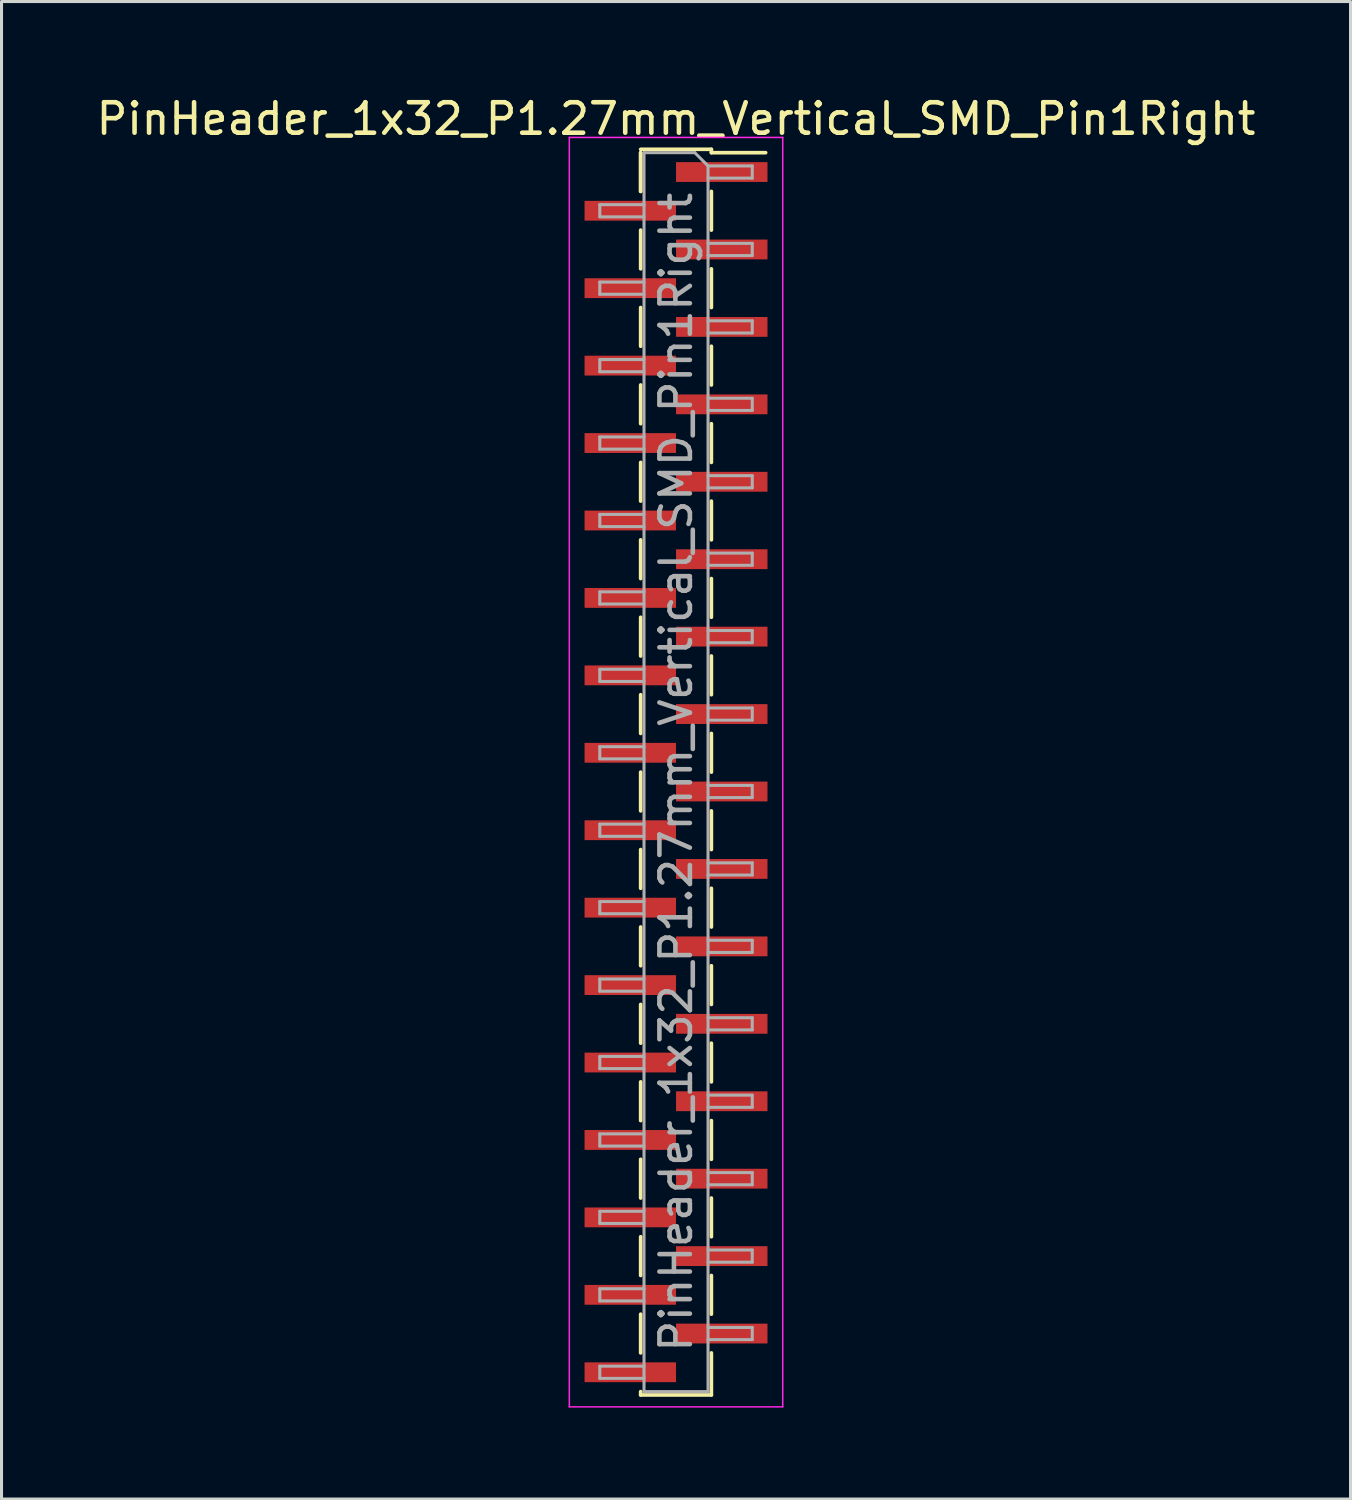
<source format=kicad_pcb>
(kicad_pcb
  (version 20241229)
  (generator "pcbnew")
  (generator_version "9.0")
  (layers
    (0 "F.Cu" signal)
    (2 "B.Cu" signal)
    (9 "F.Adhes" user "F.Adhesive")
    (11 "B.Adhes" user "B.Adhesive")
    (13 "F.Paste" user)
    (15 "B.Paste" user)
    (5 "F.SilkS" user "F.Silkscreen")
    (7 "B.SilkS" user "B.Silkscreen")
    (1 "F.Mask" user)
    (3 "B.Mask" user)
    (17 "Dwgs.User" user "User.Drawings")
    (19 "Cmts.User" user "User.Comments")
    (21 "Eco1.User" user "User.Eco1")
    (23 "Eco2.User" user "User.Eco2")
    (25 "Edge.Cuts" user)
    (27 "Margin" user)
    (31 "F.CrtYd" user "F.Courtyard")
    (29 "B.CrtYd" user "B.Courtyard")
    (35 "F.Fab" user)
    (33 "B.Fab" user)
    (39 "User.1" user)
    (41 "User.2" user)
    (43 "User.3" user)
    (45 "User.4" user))
  (footprint "PinHeader_1x32_P1.27mm_Vertical_SMD_Pin1Right"
    (layer "F.Cu")
    (at 19.125 22.278)
    (property "Reference" "PinHeader_1x32_P1.27mm_Vertical_SMD_Pin1Right" (at 0 -21.43 0) (layer "F.SilkS") (effects (font (size 1 1) (thickness 0.15))))
    (attr smd)
    (fp_line (start -1.16 -20.43) (end 1.16 -20.43) (stroke (width 0.12) (type solid)) (layer "F.SilkS"))
    (fp_line (start -1.16 -20.32) (end -1.16 -19.05) (stroke (width 0.12) (type solid)) (layer "F.SilkS"))
    (fp_line (start -1.16 -20.32) (end -1.16 -19.05) (stroke (width 0.12) (type solid)) (layer "F.SilkS"))
    (fp_line (start -1.16 -17.78) (end -1.16 -16.51) (stroke (width 0.12) (type solid)) (layer "F.SilkS"))
    (fp_line (start -1.16 -15.24) (end -1.16 -13.97) (stroke (width 0.12) (type solid)) (layer "F.SilkS"))
    (fp_line (start -1.16 -12.7) (end -1.16 -11.43) (stroke (width 0.12) (type solid)) (layer "F.SilkS"))
    (fp_line (start -1.16 -10.16) (end -1.16 -8.89) (stroke (width 0.12) (type solid)) (layer "F.SilkS"))
    (fp_line (start -1.16 -7.62) (end -1.16 -6.35) (stroke (width 0.12) (type solid)) (layer "F.SilkS"))
    (fp_line (start -1.16 -5.08) (end -1.16 -3.81) (stroke (width 0.12) (type solid)) (layer "F.SilkS"))
    (fp_line (start -1.16 -2.54) (end -1.16 -1.27) (stroke (width 0.12) (type solid)) (layer "F.SilkS"))
    (fp_line (start -1.16 0) (end -1.16 1.27) (stroke (width 0.12) (type solid)) (layer "F.SilkS"))
    (fp_line (start -1.16 2.54) (end -1.16 3.81) (stroke (width 0.12) (type solid)) (layer "F.SilkS"))
    (fp_line (start -1.16 5.08) (end -1.16 6.35) (stroke (width 0.12) (type solid)) (layer "F.SilkS"))
    (fp_line (start -1.16 7.62) (end -1.16 8.89) (stroke (width 0.12) (type solid)) (layer "F.SilkS"))
    (fp_line (start -1.16 10.16) (end -1.16 11.43) (stroke (width 0.12) (type solid)) (layer "F.SilkS"))
    (fp_line (start -1.16 12.7) (end -1.16 13.97) (stroke (width 0.12) (type solid)) (layer "F.SilkS"))
    (fp_line (start -1.16 15.24) (end -1.16 16.51) (stroke (width 0.12) (type solid)) (layer "F.SilkS"))
    (fp_line (start -1.16 17.78) (end -1.16 19.05) (stroke (width 0.12) (type solid)) (layer "F.SilkS"))
    (fp_line (start -1.16 20.32) (end -1.16 20.43) (stroke (width 0.12) (type solid)) (layer "F.SilkS"))
    (fp_line (start -1.16 20.43) (end 1.16 20.43) (stroke (width 0.12) (type solid)) (layer "F.SilkS"))
    (fp_line (start 1.16 -20.43) (end 1.16 -20.32) (stroke (width 0.12) (type solid)) (layer "F.SilkS"))
    (fp_line (start 1.16 -20.32) (end 2.94 -20.32) (stroke (width 0.12) (type solid)) (layer "F.SilkS"))
    (fp_line (start 1.16 -19.05) (end 1.16 -17.78) (stroke (width 0.12) (type solid)) (layer "F.SilkS"))
    (fp_line (start 1.16 -16.51) (end 1.16 -15.24) (stroke (width 0.12) (type solid)) (layer "F.SilkS"))
    (fp_line (start 1.16 -13.97) (end 1.16 -12.7) (stroke (width 0.12) (type solid)) (layer "F.SilkS"))
    (fp_line (start 1.16 -11.43) (end 1.16 -10.16) (stroke (width 0.12) (type solid)) (layer "F.SilkS"))
    (fp_line (start 1.16 -8.89) (end 1.16 -7.62) (stroke (width 0.12) (type solid)) (layer "F.SilkS"))
    (fp_line (start 1.16 -6.35) (end 1.16 -5.08) (stroke (width 0.12) (type solid)) (layer "F.SilkS"))
    (fp_line (start 1.16 -3.81) (end 1.16 -2.54) (stroke (width 0.12) (type solid)) (layer "F.SilkS"))
    (fp_line (start 1.16 -1.27) (end 1.16 0) (stroke (width 0.12) (type solid)) (layer "F.SilkS"))
    (fp_line (start 1.16 1.27) (end 1.16 2.54) (stroke (width 0.12) (type solid)) (layer "F.SilkS"))
    (fp_line (start 1.16 3.81) (end 1.16 5.08) (stroke (width 0.12) (type solid)) (layer "F.SilkS"))
    (fp_line (start 1.16 6.35) (end 1.16 7.62) (stroke (width 0.12) (type solid)) (layer "F.SilkS"))
    (fp_line (start 1.16 8.89) (end 1.16 10.16) (stroke (width 0.12) (type solid)) (layer "F.SilkS"))
    (fp_line (start 1.16 11.43) (end 1.16 12.7) (stroke (width 0.12) (type solid)) (layer "F.SilkS"))
    (fp_line (start 1.16 13.97) (end 1.16 15.24) (stroke (width 0.12) (type solid)) (layer "F.SilkS"))
    (fp_line (start 1.16 16.51) (end 1.16 17.78) (stroke (width 0.12) (type solid)) (layer "F.SilkS"))
    (fp_line (start 1.16 19.05) (end 1.16 20.43) (stroke (width 0.12) (type solid)) (layer "F.SilkS"))
    (fp_line (start -3.5 -20.82) (end -3.5 20.82) (stroke (width 0.05) (type solid)) (layer "F.CrtYd"))
    (fp_line (start -3.5 20.82) (end 3.5 20.82) (stroke (width 0.05) (type solid)) (layer "F.CrtYd"))
    (fp_line (start 3.5 -20.82) (end -3.5 -20.82) (stroke (width 0.05) (type solid)) (layer "F.CrtYd"))
    (fp_line (start 3.5 20.82) (end 3.5 -20.82) (stroke (width 0.05) (type solid)) (layer "F.CrtYd"))
    (fp_line (start -2.5 -18.615) (end -2.5 -18.215) (stroke (width 0.1) (type solid)) (layer "F.Fab"))
    (fp_line (start -2.5 -18.215) (end -1.05 -18.215) (stroke (width 0.1) (type solid)) (layer "F.Fab"))
    (fp_line (start -2.5 -16.075) (end -2.5 -15.675) (stroke (width 0.1) (type solid)) (layer "F.Fab"))
    (fp_line (start -2.5 -15.675) (end -1.05 -15.675) (stroke (width 0.1) (type solid)) (layer "F.Fab"))
    (fp_line (start -2.5 -13.535) (end -2.5 -13.135) (stroke (width 0.1) (type solid)) (layer "F.Fab"))
    (fp_line (start -2.5 -13.135) (end -1.05 -13.135) (stroke (width 0.1) (type solid)) (layer "F.Fab"))
    (fp_line (start -2.5 -10.995) (end -2.5 -10.595) (stroke (width 0.1) (type solid)) (layer "F.Fab"))
    (fp_line (start -2.5 -10.595) (end -1.05 -10.595) (stroke (width 0.1) (type solid)) (layer "F.Fab"))
    (fp_line (start -2.5 -8.455) (end -2.5 -8.055) (stroke (width 0.1) (type solid)) (layer "F.Fab"))
    (fp_line (start -2.5 -8.055) (end -1.05 -8.055) (stroke (width 0.1) (type solid)) (layer "F.Fab"))
    (fp_line (start -2.5 -5.915) (end -2.5 -5.515) (stroke (width 0.1) (type solid)) (layer "F.Fab"))
    (fp_line (start -2.5 -5.515) (end -1.05 -5.515) (stroke (width 0.1) (type solid)) (layer "F.Fab"))
    (fp_line (start -2.5 -3.375) (end -2.5 -2.975) (stroke (width 0.1) (type solid)) (layer "F.Fab"))
    (fp_line (start -2.5 -2.975) (end -1.05 -2.975) (stroke (width 0.1) (type solid)) (layer "F.Fab"))
    (fp_line (start -2.5 -0.835) (end -2.5 -0.435) (stroke (width 0.1) (type solid)) (layer "F.Fab"))
    (fp_line (start -2.5 -0.435) (end -1.05 -0.435) (stroke (width 0.1) (type solid)) (layer "F.Fab"))
    (fp_line (start -2.5 1.705) (end -2.5 2.105) (stroke (width 0.1) (type solid)) (layer "F.Fab"))
    (fp_line (start -2.5 2.105) (end -1.05 2.105) (stroke (width 0.1) (type solid)) (layer "F.Fab"))
    (fp_line (start -2.5 4.245) (end -2.5 4.645) (stroke (width 0.1) (type solid)) (layer "F.Fab"))
    (fp_line (start -2.5 4.645) (end -1.05 4.645) (stroke (width 0.1) (type solid)) (layer "F.Fab"))
    (fp_line (start -2.5 6.785) (end -2.5 7.185) (stroke (width 0.1) (type solid)) (layer "F.Fab"))
    (fp_line (start -2.5 7.185) (end -1.05 7.185) (stroke (width 0.1) (type solid)) (layer "F.Fab"))
    (fp_line (start -2.5 9.325) (end -2.5 9.725) (stroke (width 0.1) (type solid)) (layer "F.Fab"))
    (fp_line (start -2.5 9.725) (end -1.05 9.725) (stroke (width 0.1) (type solid)) (layer "F.Fab"))
    (fp_line (start -2.5 11.865) (end -2.5 12.265) (stroke (width 0.1) (type solid)) (layer "F.Fab"))
    (fp_line (start -2.5 12.265) (end -1.05 12.265) (stroke (width 0.1) (type solid)) (layer "F.Fab"))
    (fp_line (start -2.5 14.405) (end -2.5 14.805) (stroke (width 0.1) (type solid)) (layer "F.Fab"))
    (fp_line (start -2.5 14.805) (end -1.05 14.805) (stroke (width 0.1) (type solid)) (layer "F.Fab"))
    (fp_line (start -2.5 16.945) (end -2.5 17.345) (stroke (width 0.1) (type solid)) (layer "F.Fab"))
    (fp_line (start -2.5 17.345) (end -1.05 17.345) (stroke (width 0.1) (type solid)) (layer "F.Fab"))
    (fp_line (start -2.5 19.485) (end -2.5 19.885) (stroke (width 0.1) (type solid)) (layer "F.Fab"))
    (fp_line (start -2.5 19.885) (end -1.05 19.885) (stroke (width 0.1) (type solid)) (layer "F.Fab"))
    (fp_line (start -1.05 -20.32) (end -1.05 20.32) (stroke (width 0.1) (type solid)) (layer "F.Fab"))
    (fp_line (start -1.05 -20.32) (end 0.615 -20.32) (stroke (width 0.1) (type solid)) (layer "F.Fab"))
    (fp_line (start -1.05 -18.615) (end -2.5 -18.615) (stroke (width 0.1) (type solid)) (layer "F.Fab"))
    (fp_line (start -1.05 -16.075) (end -2.5 -16.075) (stroke (width 0.1) (type solid)) (layer "F.Fab"))
    (fp_line (start -1.05 -13.535) (end -2.5 -13.535) (stroke (width 0.1) (type solid)) (layer "F.Fab"))
    (fp_line (start -1.05 -10.995) (end -2.5 -10.995) (stroke (width 0.1) (type solid)) (layer "F.Fab"))
    (fp_line (start -1.05 -8.455) (end -2.5 -8.455) (stroke (width 0.1) (type solid)) (layer "F.Fab"))
    (fp_line (start -1.05 -5.915) (end -2.5 -5.915) (stroke (width 0.1) (type solid)) (layer "F.Fab"))
    (fp_line (start -1.05 -3.375) (end -2.5 -3.375) (stroke (width 0.1) (type solid)) (layer "F.Fab"))
    (fp_line (start -1.05 -0.835) (end -2.5 -0.835) (stroke (width 0.1) (type solid)) (layer "F.Fab"))
    (fp_line (start -1.05 1.705) (end -2.5 1.705) (stroke (width 0.1) (type solid)) (layer "F.Fab"))
    (fp_line (start -1.05 4.245) (end -2.5 4.245) (stroke (width 0.1) (type solid)) (layer "F.Fab"))
    (fp_line (start -1.05 6.785) (end -2.5 6.785) (stroke (width 0.1) (type solid)) (layer "F.Fab"))
    (fp_line (start -1.05 9.325) (end -2.5 9.325) (stroke (width 0.1) (type solid)) (layer "F.Fab"))
    (fp_line (start -1.05 11.865) (end -2.5 11.865) (stroke (width 0.1) (type solid)) (layer "F.Fab"))
    (fp_line (start -1.05 14.405) (end -2.5 14.405) (stroke (width 0.1) (type solid)) (layer "F.Fab"))
    (fp_line (start -1.05 16.945) (end -2.5 16.945) (stroke (width 0.1) (type solid)) (layer "F.Fab"))
    (fp_line (start -1.05 19.485) (end -2.5 19.485) (stroke (width 0.1) (type solid)) (layer "F.Fab"))
    (fp_line (start 1.05 -19.885) (end 0.615 -20.32) (stroke (width 0.1) (type solid)) (layer "F.Fab"))
    (fp_line (start 1.05 -19.885) (end 2.5 -19.885) (stroke (width 0.1) (type solid)) (layer "F.Fab"))
    (fp_line (start 1.05 -17.345) (end 2.5 -17.345) (stroke (width 0.1) (type solid)) (layer "F.Fab"))
    (fp_line (start 1.05 -14.805) (end 2.5 -14.805) (stroke (width 0.1) (type solid)) (layer "F.Fab"))
    (fp_line (start 1.05 -12.265) (end 2.5 -12.265) (stroke (width 0.1) (type solid)) (layer "F.Fab"))
    (fp_line (start 1.05 -9.725) (end 2.5 -9.725) (stroke (width 0.1) (type solid)) (layer "F.Fab"))
    (fp_line (start 1.05 -7.185) (end 2.5 -7.185) (stroke (width 0.1) (type solid)) (layer "F.Fab"))
    (fp_line (start 1.05 -4.645) (end 2.5 -4.645) (stroke (width 0.1) (type solid)) (layer "F.Fab"))
    (fp_line (start 1.05 -2.105) (end 2.5 -2.105) (stroke (width 0.1) (type solid)) (layer "F.Fab"))
    (fp_line (start 1.05 0.435) (end 2.5 0.435) (stroke (width 0.1) (type solid)) (layer "F.Fab"))
    (fp_line (start 1.05 2.975) (end 2.5 2.975) (stroke (width 0.1) (type solid)) (layer "F.Fab"))
    (fp_line (start 1.05 5.515) (end 2.5 5.515) (stroke (width 0.1) (type solid)) (layer "F.Fab"))
    (fp_line (start 1.05 8.055) (end 2.5 8.055) (stroke (width 0.1) (type solid)) (layer "F.Fab"))
    (fp_line (start 1.05 10.595) (end 2.5 10.595) (stroke (width 0.1) (type solid)) (layer "F.Fab"))
    (fp_line (start 1.05 13.135) (end 2.5 13.135) (stroke (width 0.1) (type solid)) (layer "F.Fab"))
    (fp_line (start 1.05 15.675) (end 2.5 15.675) (stroke (width 0.1) (type solid)) (layer "F.Fab"))
    (fp_line (start 1.05 18.215) (end 2.5 18.215) (stroke (width 0.1) (type solid)) (layer "F.Fab"))
    (fp_line (start 1.05 20.32) (end -1.05 20.32) (stroke (width 0.1) (type solid)) (layer "F.Fab"))
    (fp_line (start 1.05 20.32) (end 1.05 -19.885) (stroke (width 0.1) (type solid)) (layer "F.Fab"))
    (fp_line (start 2.5 -19.885) (end 2.5 -19.485) (stroke (width 0.1) (type solid)) (layer "F.Fab"))
    (fp_line (start 2.5 -19.485) (end 1.05 -19.485) (stroke (width 0.1) (type solid)) (layer "F.Fab"))
    (fp_line (start 2.5 -17.345) (end 2.5 -16.945) (stroke (width 0.1) (type solid)) (layer "F.Fab"))
    (fp_line (start 2.5 -16.945) (end 1.05 -16.945) (stroke (width 0.1) (type solid)) (layer "F.Fab"))
    (fp_line (start 2.5 -14.805) (end 2.5 -14.405) (stroke (width 0.1) (type solid)) (layer "F.Fab"))
    (fp_line (start 2.5 -14.405) (end 1.05 -14.405) (stroke (width 0.1) (type solid)) (layer "F.Fab"))
    (fp_line (start 2.5 -12.265) (end 2.5 -11.865) (stroke (width 0.1) (type solid)) (layer "F.Fab"))
    (fp_line (start 2.5 -11.865) (end 1.05 -11.865) (stroke (width 0.1) (type solid)) (layer "F.Fab"))
    (fp_line (start 2.5 -9.725) (end 2.5 -9.325) (stroke (width 0.1) (type solid)) (layer "F.Fab"))
    (fp_line (start 2.5 -9.325) (end 1.05 -9.325) (stroke (width 0.1) (type solid)) (layer "F.Fab"))
    (fp_line (start 2.5 -7.185) (end 2.5 -6.785) (stroke (width 0.1) (type solid)) (layer "F.Fab"))
    (fp_line (start 2.5 -6.785) (end 1.05 -6.785) (stroke (width 0.1) (type solid)) (layer "F.Fab"))
    (fp_line (start 2.5 -4.645) (end 2.5 -4.245) (stroke (width 0.1) (type solid)) (layer "F.Fab"))
    (fp_line (start 2.5 -4.245) (end 1.05 -4.245) (stroke (width 0.1) (type solid)) (layer "F.Fab"))
    (fp_line (start 2.5 -2.105) (end 2.5 -1.705) (stroke (width 0.1) (type solid)) (layer "F.Fab"))
    (fp_line (start 2.5 -1.705) (end 1.05 -1.705) (stroke (width 0.1) (type solid)) (layer "F.Fab"))
    (fp_line (start 2.5 0.435) (end 2.5 0.835) (stroke (width 0.1) (type solid)) (layer "F.Fab"))
    (fp_line (start 2.5 0.835) (end 1.05 0.835) (stroke (width 0.1) (type solid)) (layer "F.Fab"))
    (fp_line (start 2.5 2.975) (end 2.5 3.375) (stroke (width 0.1) (type solid)) (layer "F.Fab"))
    (fp_line (start 2.5 3.375) (end 1.05 3.375) (stroke (width 0.1) (type solid)) (layer "F.Fab"))
    (fp_line (start 2.5 5.515) (end 2.5 5.915) (stroke (width 0.1) (type solid)) (layer "F.Fab"))
    (fp_line (start 2.5 5.915) (end 1.05 5.915) (stroke (width 0.1) (type solid)) (layer "F.Fab"))
    (fp_line (start 2.5 8.055) (end 2.5 8.455) (stroke (width 0.1) (type solid)) (layer "F.Fab"))
    (fp_line (start 2.5 8.455) (end 1.05 8.455) (stroke (width 0.1) (type solid)) (layer "F.Fab"))
    (fp_line (start 2.5 10.595) (end 2.5 10.995) (stroke (width 0.1) (type solid)) (layer "F.Fab"))
    (fp_line (start 2.5 10.995) (end 1.05 10.995) (stroke (width 0.1) (type solid)) (layer "F.Fab"))
    (fp_line (start 2.5 13.135) (end 2.5 13.535) (stroke (width 0.1) (type solid)) (layer "F.Fab"))
    (fp_line (start 2.5 13.535) (end 1.05 13.535) (stroke (width 0.1) (type solid)) (layer "F.Fab"))
    (fp_line (start 2.5 15.675) (end 2.5 16.075) (stroke (width 0.1) (type solid)) (layer "F.Fab"))
    (fp_line (start 2.5 16.075) (end 1.05 16.075) (stroke (width 0.1) (type solid)) (layer "F.Fab"))
    (fp_line (start 2.5 18.215) (end 2.5 18.615) (stroke (width 0.1) (type solid)) (layer "F.Fab"))
    (fp_line (start 2.5 18.615) (end 1.05 18.615) (stroke (width 0.1) (type solid)) (layer "F.Fab"))
    (fp_text user "${REFERENCE}" (at 0 0 90) (layer "F.Fab") (effects (font (size 1 1) (thickness 0.15))))
    (pad "1" smd rect (at 1.5 -19.685) (size 3 0.65) (layers "F.Cu" "F.Mask" "F.Paste"))
    (pad "2" smd rect (at -1.5 -18.415) (size 3 0.65) (layers "F.Cu" "F.Mask" "F.Paste"))
    (pad "3" smd rect (at 1.5 -17.145) (size 3 0.65) (layers "F.Cu" "F.Mask" "F.Paste"))
    (pad "4" smd rect (at -1.5 -15.875) (size 3 0.65) (layers "F.Cu" "F.Mask" "F.Paste"))
    (pad "5" smd rect (at 1.5 -14.605) (size 3 0.65) (layers "F.Cu" "F.Mask" "F.Paste"))
    (pad "6" smd rect (at -1.5 -13.335) (size 3 0.65) (layers "F.Cu" "F.Mask" "F.Paste"))
    (pad "7" smd rect (at 1.5 -12.065) (size 3 0.65) (layers "F.Cu" "F.Mask" "F.Paste"))
    (pad "8" smd rect (at -1.5 -10.795) (size 3 0.65) (layers "F.Cu" "F.Mask" "F.Paste"))
    (pad "9" smd rect (at 1.5 -9.525) (size 3 0.65) (layers "F.Cu" "F.Mask" "F.Paste"))
    (pad "10" smd rect (at -1.5 -8.255) (size 3 0.65) (layers "F.Cu" "F.Mask" "F.Paste"))
    (pad "11" smd rect (at 1.5 -6.985) (size 3 0.65) (layers "F.Cu" "F.Mask" "F.Paste"))
    (pad "12" smd rect (at -1.5 -5.715) (size 3 0.65) (layers "F.Cu" "F.Mask" "F.Paste"))
    (pad "13" smd rect (at 1.5 -4.445) (size 3 0.65) (layers "F.Cu" "F.Mask" "F.Paste"))
    (pad "14" smd rect (at -1.5 -3.175) (size 3 0.65) (layers "F.Cu" "F.Mask" "F.Paste"))
    (pad "15" smd rect (at 1.5 -1.905) (size 3 0.65) (layers "F.Cu" "F.Mask" "F.Paste"))
    (pad "16" smd rect (at -1.5 -0.635) (size 3 0.65) (layers "F.Cu" "F.Mask" "F.Paste"))
    (pad "17" smd rect (at 1.5 0.635) (size 3 0.65) (layers "F.Cu" "F.Mask" "F.Paste"))
    (pad "18" smd rect (at -1.5 1.905) (size 3 0.65) (layers "F.Cu" "F.Mask" "F.Paste"))
    (pad "19" smd rect (at 1.5 3.175) (size 3 0.65) (layers "F.Cu" "F.Mask" "F.Paste"))
    (pad "20" smd rect (at -1.5 4.445) (size 3 0.65) (layers "F.Cu" "F.Mask" "F.Paste"))
    (pad "21" smd rect (at 1.5 5.715) (size 3 0.65) (layers "F.Cu" "F.Mask" "F.Paste"))
    (pad "22" smd rect (at -1.5 6.985) (size 3 0.65) (layers "F.Cu" "F.Mask" "F.Paste"))
    (pad "23" smd rect (at 1.5 8.255) (size 3 0.65) (layers "F.Cu" "F.Mask" "F.Paste"))
    (pad "24" smd rect (at -1.5 9.525) (size 3 0.65) (layers "F.Cu" "F.Mask" "F.Paste"))
    (pad "25" smd rect (at 1.5 10.795) (size 3 0.65) (layers "F.Cu" "F.Mask" "F.Paste"))
    (pad "26" smd rect (at -1.5 12.065) (size 3 0.65) (layers "F.Cu" "F.Mask" "F.Paste"))
    (pad "27" smd rect (at 1.5 13.335) (size 3 0.65) (layers "F.Cu" "F.Mask" "F.Paste"))
    (pad "28" smd rect (at -1.5 14.605) (size 3 0.65) (layers "F.Cu" "F.Mask" "F.Paste"))
    (pad "29" smd rect (at 1.5 15.875) (size 3 0.65) (layers "F.Cu" "F.Mask" "F.Paste"))
    (pad "30" smd rect (at -1.5 17.145) (size 3 0.65) (layers "F.Cu" "F.Mask" "F.Paste"))
    (pad "31" smd rect (at 1.5 18.415) (size 3 0.65) (layers "F.Cu" "F.Mask" "F.Paste"))
    (pad "32" smd rect (at -1.5 19.685) (size 3 0.65) (layers "F.Cu" "F.Mask" "F.Paste")))
  (gr_rect
    (start -3 -3)
    (end 41.25 46.123)
    (stroke (width 0.1) (type default))
    (fill no)
    (layer "Edge.Cuts")))
</source>
